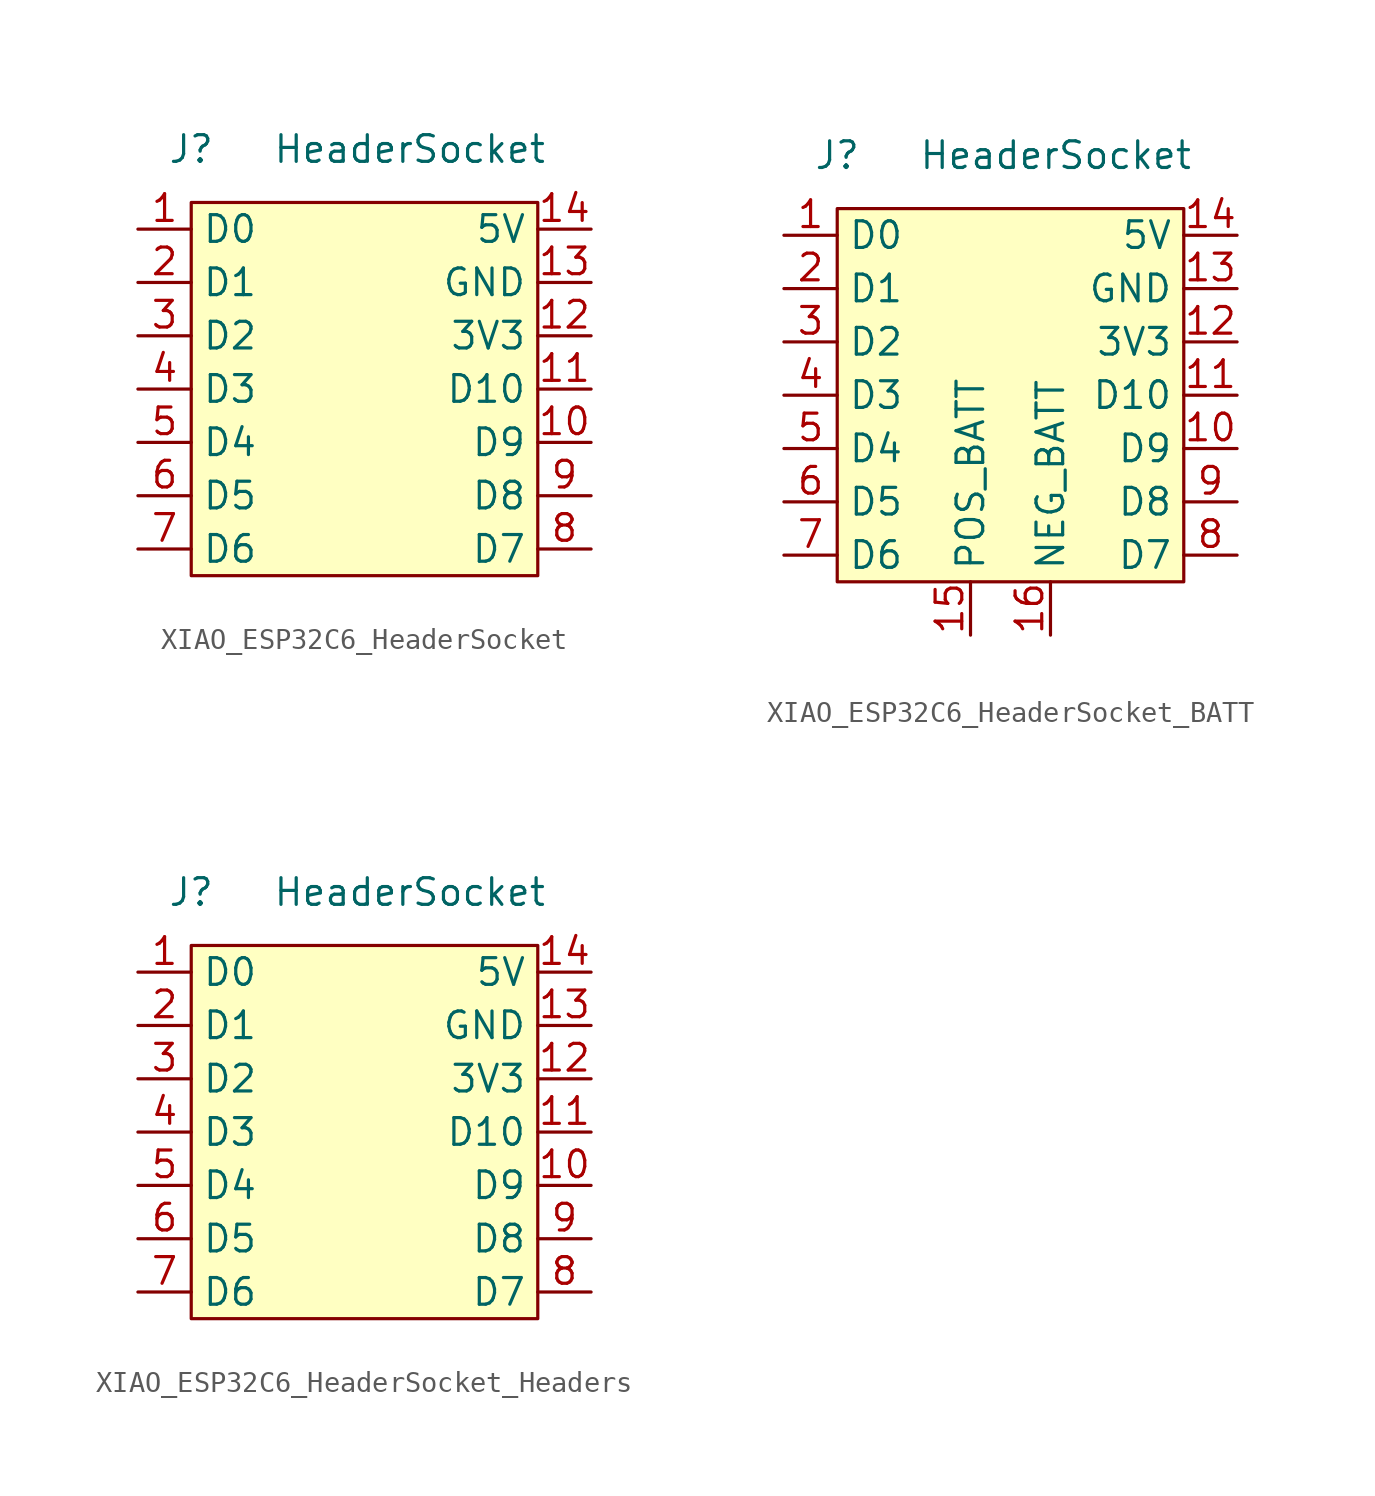
<source format=kicad_sym>
(kicad_symbol_lib
  (version 20241209)
  (generator "kicad_symbol_editor")
  (generator_version "9.0")
  (symbol "XIAO_ESP32C6_HeaderSocket"
    (property "Reference" "J"
      (at 0 2.54 0)
      (effects (font (size 1.27 1.27))))
    (property "Value" "HeaderSocket"
      (at 10.414 2.54 0)
      (effects (font (size 1.27 1.27))))
    (symbol "XIAO_ESP32C6_HeaderSocket_1_1"
      (rectangle (start 0 0) (end 16.51 -17.78) (stroke (width 0) (type solid)) (fill (type background)))
      (pin bidirectional line (at -2.54 -1.27 0) (length 2.54) (name "D0" (effects (font (size 1.27 1.27)))) (number "1" (effects (font (size 1.27 1.27)))))
      (pin bidirectional line (at -2.54 -3.81 0) (length 2.54) (name "D1" (effects (font (size 1.27 1.27)))) (number "2" (effects (font (size 1.27 1.27)))))
      (pin bidirectional line (at -2.54 -6.35 0) (length 2.54) (name "D2" (effects (font (size 1.27 1.27)))) (number "3" (effects (font (size 1.27 1.27)))))
      (pin bidirectional line (at -2.54 -8.89 0) (length 2.54) (name "D3" (effects (font (size 1.27 1.27)))) (number "4" (effects (font (size 1.27 1.27)))))
      (pin bidirectional line (at -2.54 -11.43 0) (length 2.54) (name "D4" (effects (font (size 1.27 1.27)))) (number "5" (effects (font (size 1.27 1.27)))))
      (pin bidirectional line (at -2.54 -13.97 0) (length 2.54) (name "D5" (effects (font (size 1.27 1.27)))) (number "6" (effects (font (size 1.27 1.27)))))
      (pin bidirectional line (at -2.54 -16.51 0) (length 2.54) (name "D6" (effects (font (size 1.27 1.27)))) (number "7" (effects (font (size 1.27 1.27)))))
      (pin power_in line (at 19.05 -1.27 180) (length 2.54) (name "5V" (effects (font (size 1.27 1.27)))) (number "14" (effects (font (size 1.27 1.27)))))
      (pin bidirectional line (at 19.05 -3.81 180) (length 2.54) (name "GND" (effects (font (size 1.27 1.27)))) (number "13" (effects (font (size 1.27 1.27)))))
      (pin power_out line (at 19.05 -6.35 180) (length 2.54) (name "3V3" (effects (font (size 1.27 1.27)))) (number "12" (effects (font (size 1.27 1.27)))))
      (pin bidirectional line (at 19.05 -8.89 180) (length 2.54) (name "D10" (effects (font (size 1.27 1.27)))) (number "11" (effects (font (size 1.27 1.27)))))
      (pin bidirectional line (at 19.05 -11.43 180) (length 2.54) (name "D9" (effects (font (size 1.27 1.27)))) (number "10" (effects (font (size 1.27 1.27)))))
      (pin bidirectional line (at 19.05 -13.97 180) (length 2.54) (name "D8" (effects (font (size 1.27 1.27)))) (number "9" (effects (font (size 1.27 1.27)))))
      (pin bidirectional line (at 19.05 -16.51 180) (length 2.54) (name "D7" (effects (font (size 1.27 1.27)))) (number "8" (effects (font (size 1.27 1.27)))))))
  (symbol "XIAO_ESP32C6_HeaderSocket_BATT"
    (property "Reference" "J"
      (at 0 0 0)
      (effects (font (size 1.27 1.27))))
    (property "Value" "HeaderSocket"
      (at 10.414 0 0)
      (effects (font (size 1.27 1.27))))
    (symbol "XIAO_ESP32C6_HeaderSocket_BATT_1_1"
      (rectangle (start 0 -2.54) (end 16.51 -20.32) (stroke (width 0) (type solid)) (fill (type background)))
      (pin bidirectional line (at -2.54 -3.81 0) (length 2.54) (name "D0" (effects (font (size 1.27 1.27)))) (number "1" (effects (font (size 1.27 1.27)))))
      (pin bidirectional line (at -2.54 -6.35 0) (length 2.54) (name "D1" (effects (font (size 1.27 1.27)))) (number "2" (effects (font (size 1.27 1.27)))))
      (pin bidirectional line (at -2.54 -8.89 0) (length 2.54) (name "D2" (effects (font (size 1.27 1.27)))) (number "3" (effects (font (size 1.27 1.27)))))
      (pin bidirectional line (at -2.54 -11.43 0) (length 2.54) (name "D3" (effects (font (size 1.27 1.27)))) (number "4" (effects (font (size 1.27 1.27)))))
      (pin bidirectional line (at -2.54 -13.97 0) (length 2.54) (name "D4" (effects (font (size 1.27 1.27)))) (number "5" (effects (font (size 1.27 1.27)))))
      (pin bidirectional line (at -2.54 -16.51 0) (length 2.54) (name "D5" (effects (font (size 1.27 1.27)))) (number "6" (effects (font (size 1.27 1.27)))))
      (pin bidirectional line (at -2.54 -19.05 0) (length 2.54) (name "D6" (effects (font (size 1.27 1.27)))) (number "7" (effects (font (size 1.27 1.27)))))
      (pin bidirectional line (at 6.35 -22.86 90) (length 2.54) (name "POS_BATT" (effects (font (size 1.27 1.27)))) (number "15" (effects (font (size 1.27 1.27)))))
      (pin bidirectional line (at 10.16 -22.86 90) (length 2.54) (name "NEG_BATT" (effects (font (size 1.27 1.27)))) (number "16" (effects (font (size 1.27 1.27)))))
      (pin power_in line (at 19.05 -3.81 180) (length 2.54) (name "5V" (effects (font (size 1.27 1.27)))) (number "14" (effects (font (size 1.27 1.27)))))
      (pin bidirectional line (at 19.05 -6.35 180) (length 2.54) (name "GND" (effects (font (size 1.27 1.27)))) (number "13" (effects (font (size 1.27 1.27)))))
      (pin power_out line (at 19.05 -8.89 180) (length 2.54) (name "3V3" (effects (font (size 1.27 1.27)))) (number "12" (effects (font (size 1.27 1.27)))))
      (pin bidirectional line (at 19.05 -11.43 180) (length 2.54) (name "D10" (effects (font (size 1.27 1.27)))) (number "11" (effects (font (size 1.27 1.27)))))
      (pin bidirectional line (at 19.05 -13.97 180) (length 2.54) (name "D9" (effects (font (size 1.27 1.27)))) (number "10" (effects (font (size 1.27 1.27)))))
      (pin bidirectional line (at 19.05 -16.51 180) (length 2.54) (name "D8" (effects (font (size 1.27 1.27)))) (number "9" (effects (font (size 1.27 1.27)))))
      (pin bidirectional line (at 19.05 -19.05 180) (length 2.54) (name "D7" (effects (font (size 1.27 1.27)))) (number "8" (effects (font (size 1.27 1.27)))))))
  (symbol "XIAO_ESP32C6_HeaderSocket_Headers"
    (property "Reference" "J"
      (at 0 2.54 0)
      (effects (font (size 1.27 1.27))))
    (property "Value" "HeaderSocket"
      (at 10.414 2.54 0)
      (effects (font (size 1.27 1.27))))
    (symbol "XIAO_ESP32C6_HeaderSocket_Headers_1_1"
      (rectangle (start 0 0) (end 16.51 -17.78) (stroke (width 0) (type solid)) (fill (type background)))
      (pin bidirectional line (at -2.54 -1.27 0) (length 2.54) (name "D0" (effects (font (size 1.27 1.27)))) (number "1" (effects (font (size 1.27 1.27)))))
      (pin bidirectional line (at -2.54 -3.81 0) (length 2.54) (name "D1" (effects (font (size 1.27 1.27)))) (number "2" (effects (font (size 1.27 1.27)))))
      (pin bidirectional line (at -2.54 -6.35 0) (length 2.54) (name "D2" (effects (font (size 1.27 1.27)))) (number "3" (effects (font (size 1.27 1.27)))))
      (pin bidirectional line (at -2.54 -8.89 0) (length 2.54) (name "D3" (effects (font (size 1.27 1.27)))) (number "4" (effects (font (size 1.27 1.27)))))
      (pin bidirectional line (at -2.54 -11.43 0) (length 2.54) (name "D4" (effects (font (size 1.27 1.27)))) (number "5" (effects (font (size 1.27 1.27)))))
      (pin bidirectional line (at -2.54 -13.97 0) (length 2.54) (name "D5" (effects (font (size 1.27 1.27)))) (number "6" (effects (font (size 1.27 1.27)))))
      (pin bidirectional line (at -2.54 -16.51 0) (length 2.54) (name "D6" (effects (font (size 1.27 1.27)))) (number "7" (effects (font (size 1.27 1.27)))))
      (pin power_in line (at 19.05 -1.27 180) (length 2.54) (name "5V" (effects (font (size 1.27 1.27)))) (number "14" (effects (font (size 1.27 1.27)))))
      (pin bidirectional line (at 19.05 -3.81 180) (length 2.54) (name "GND" (effects (font (size 1.27 1.27)))) (number "13" (effects (font (size 1.27 1.27)))))
      (pin power_out line (at 19.05 -6.35 180) (length 2.54) (name "3V3" (effects (font (size 1.27 1.27)))) (number "12" (effects (font (size 1.27 1.27)))))
      (pin bidirectional line (at 19.05 -8.89 180) (length 2.54) (name "D10" (effects (font (size 1.27 1.27)))) (number "11" (effects (font (size 1.27 1.27)))))
      (pin bidirectional line (at 19.05 -11.43 180) (length 2.54) (name "D9" (effects (font (size 1.27 1.27)))) (number "10" (effects (font (size 1.27 1.27)))))
      (pin bidirectional line (at 19.05 -13.97 180) (length 2.54) (name "D8" (effects (font (size 1.27 1.27)))) (number "9" (effects (font (size 1.27 1.27)))))
      (pin bidirectional line (at 19.05 -16.51 180) (length 2.54) (name "D7" (effects (font (size 1.27 1.27)))) (number "8" (effects (font (size 1.27 1.27))))))))
</source>
